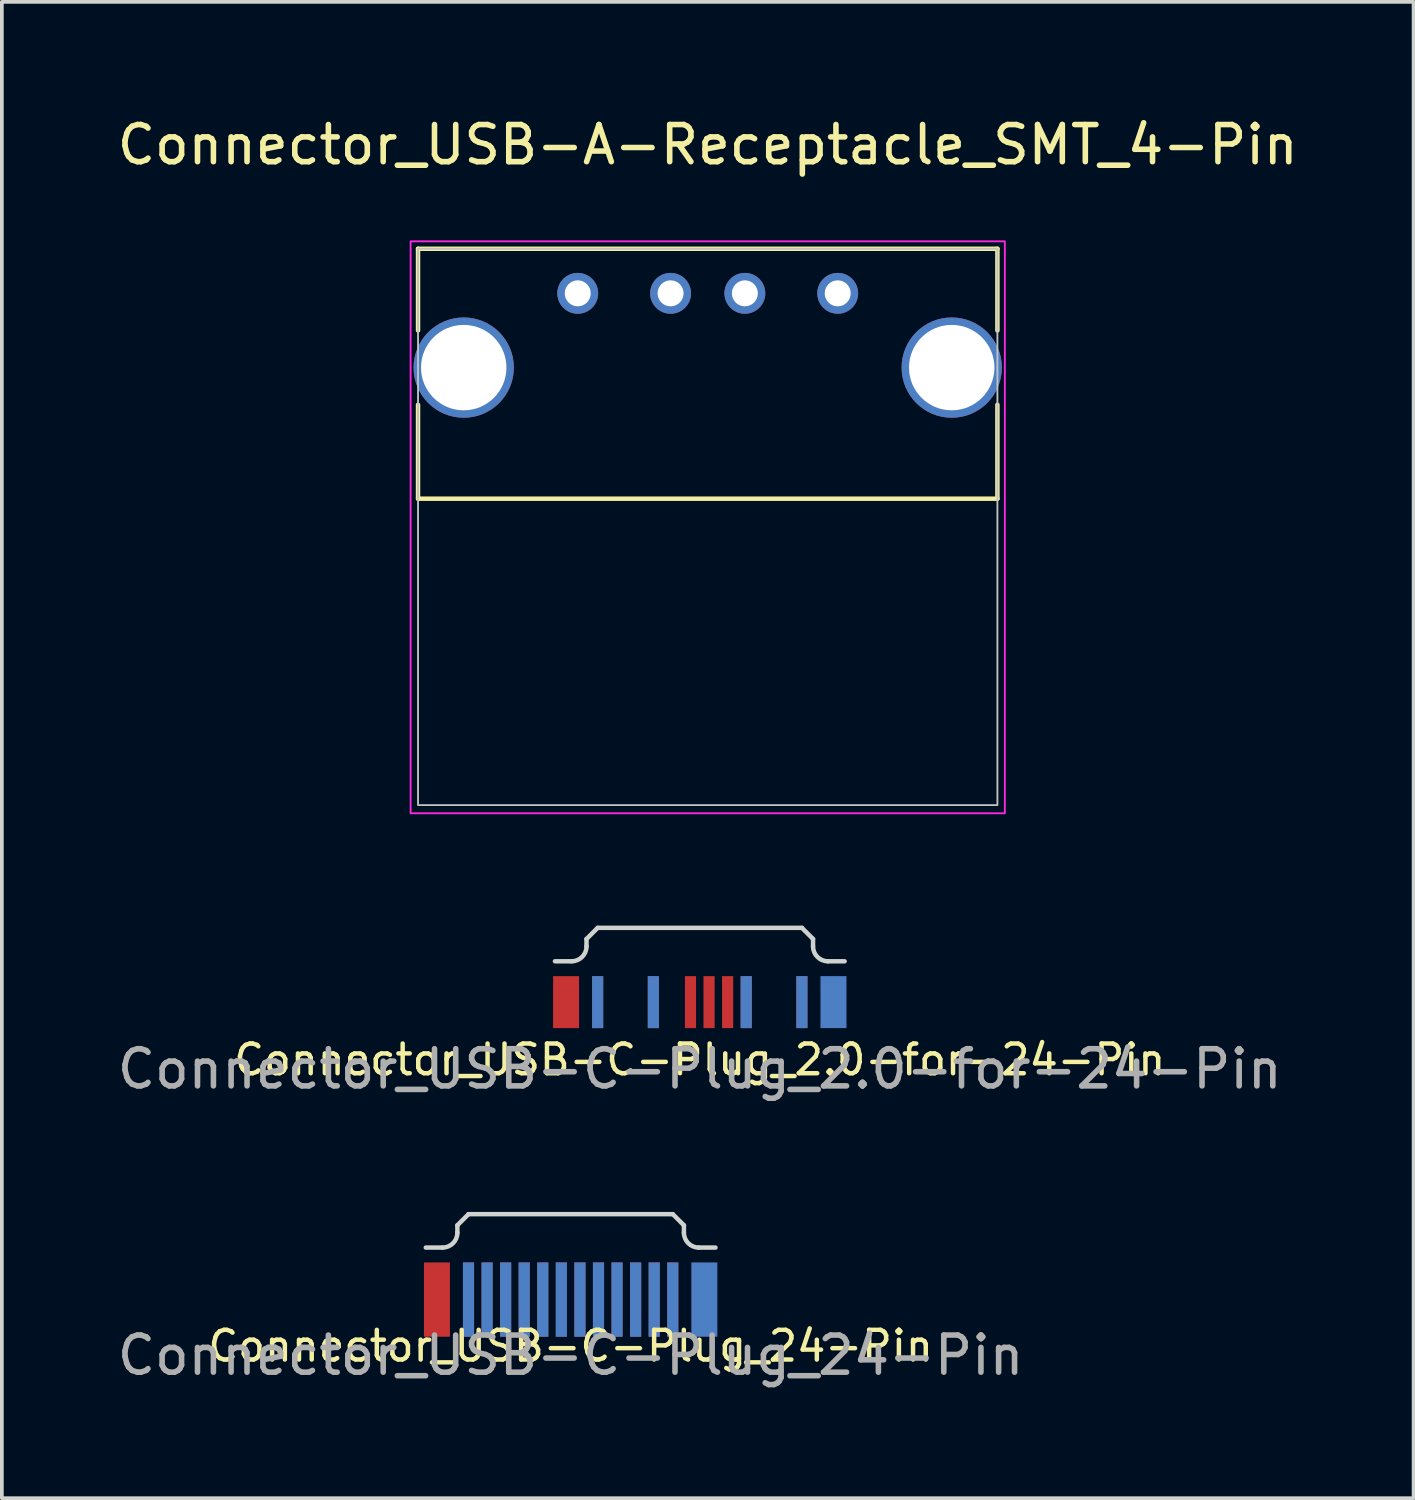
<source format=kicad_pcb>
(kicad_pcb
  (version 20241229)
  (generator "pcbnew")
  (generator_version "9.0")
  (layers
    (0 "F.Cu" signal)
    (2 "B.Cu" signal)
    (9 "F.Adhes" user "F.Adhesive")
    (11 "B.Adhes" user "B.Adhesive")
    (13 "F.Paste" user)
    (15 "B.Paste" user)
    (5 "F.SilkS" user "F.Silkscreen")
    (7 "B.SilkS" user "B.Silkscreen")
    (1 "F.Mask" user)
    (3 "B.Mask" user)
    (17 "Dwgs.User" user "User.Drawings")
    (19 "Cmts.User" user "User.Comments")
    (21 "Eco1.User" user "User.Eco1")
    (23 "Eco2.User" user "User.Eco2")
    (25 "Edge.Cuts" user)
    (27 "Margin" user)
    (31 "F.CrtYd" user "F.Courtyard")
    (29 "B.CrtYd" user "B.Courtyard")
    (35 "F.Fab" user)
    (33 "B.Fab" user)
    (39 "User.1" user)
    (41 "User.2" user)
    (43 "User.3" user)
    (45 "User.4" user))
  (footprint "Connector_USB-A-Receptacle_SMT_4-Pin"
    (layer "F.Cu")
    (at 16.006 4.848)
    (property "Reference" "Connector_USB-A-Receptacle_SMT_4-Pin" (at 0 -4 0) (unlocked yes) (layer "F.SilkS") (effects (font (size 1 1) (thickness 0.15))))
    (attr through_hole)
    (fp_line (start -7.8 -1.2) (end 7.8 -1.2) (stroke (width 0.12) (type default)) (layer "F.SilkS"))
    (fp_line (start -7.8 1) (end -7.8 -1.2) (stroke (width 0.12) (type default)) (layer "F.SilkS"))
    (fp_line (start -7.8 5.53) (end -7.8 3) (stroke (width 0.12) (type default)) (layer "F.SilkS"))
    (fp_line (start 7.8 -1.2) (end 7.8 1) (stroke (width 0.12) (type default)) (layer "F.SilkS"))
    (fp_line (start 7.8 3) (end 7.8 5.53) (stroke (width 0.12) (type default)) (layer "F.SilkS"))
    (fp_line (start 7.8 5.53) (end -7.8 5.53) (stroke (width 0.12) (type default)) (layer "F.SilkS"))
    (fp_rect (start -7.8 -1.2) (end 7.8 13.78) (stroke (width 0.05) (type default)) (fill no) (layer "Dwgs.User"))
    (fp_rect (start -8 -1.4) (end 8 14) (stroke (width 0.05) (type default)) (fill no) (layer "F.CrtYd"))
    (pad "1" thru_hole circle (at -3.5 0) (size 1.1 1.1) (drill 0.7) (layers "*.Cu" "*.Mask"))
    (pad "2" thru_hole circle (at -1 0) (size 1.1 1.1) (drill 0.7) (layers "*.Cu" "*.Mask"))
    (pad "3" thru_hole circle (at 1 0) (size 1.1 1.1) (drill 0.7) (layers "*.Cu" "*.Mask"))
    (pad "4" thru_hole circle (at 3.5 0) (size 1.1 1.1) (drill 0.7) (layers "*.Cu" "*.Mask"))
    (pad "5" thru_hole circle (at -6.57 2) (size 2.7 2.7) (drill 2.3) (layers "*.Cu" "*.Mask"))
    (pad "5" thru_hole circle (at 6.57 2) (size 2.7 2.7) (drill 2.3) (layers "*.Cu" "*.Mask")))
  (footprint "Connector_USB-C-Plug_24-Pin"
    (layer "F.Cu")
    (at 12.315 30.942)
    (property "Reference" "Connector_USB-C-Plug_24-Pin" (at 0 2.25 0) (unlocked yes) (layer "F.SilkS") (effects (font (size 0.8 0.8) (thickness 0.12))))
    (fp_line (start -3.9 -0.4) (end -3.45 -0.4) (stroke (width 0.12) (type default)) (layer "Edge.Cuts"))
    (fp_line (start -3.05 -1) (end -3.05 -0.8) (stroke (width 0.12) (type default)) (layer "Edge.Cuts"))
    (fp_line (start -2.75 -1.3) (end -3.05 -1) (stroke (width 0.12) (type default)) (layer "Edge.Cuts"))
    (fp_line (start -2.75 -1.3) (end 2.75 -1.3) (stroke (width 0.12) (type default)) (layer "Edge.Cuts"))
    (fp_line (start 2.75 -1.3) (end 3.05 -1) (stroke (width 0.12) (type default)) (layer "Edge.Cuts"))
    (fp_line (start 3.05 -1) (end 3.05 -0.8) (stroke (width 0.12) (type default)) (layer "Edge.Cuts"))
    (fp_line (start 3.9 -0.4) (end 3.45 -0.4) (stroke (width 0.12) (type default)) (layer "Edge.Cuts"))
    (fp_arc (start -3.05 -0.8) (mid -3.167157 -0.517157) (end -3.45 -0.4) (stroke (width 0.12) (type default)) (layer "Edge.Cuts"))
    (fp_arc (start 3.45 -0.4) (mid 3.167157 -0.517157) (end 3.05 -0.8) (stroke (width 0.12) (type default)) (layer "Edge.Cuts"))
    (fp_text user "${REFERENCE}" (at 0 2.5 0) (unlocked yes) (layer "F.Fab") (effects (font (size 1 1) (thickness 0.15))))
    (pad "" smd rect (at -3.6 1) (size 0.7 2) (layers "F.Cu" "F.Mask" "F.Paste"))
    (pad "" smd rect (at 3.6 1) (size 0.7 2) (layers "B.Cu" "B.Mask" "B.Paste"))
    (pad "A1" smd rect (at 2.75 1) (size 0.3 2) (layers "F.Cu" "F.Mask" "F.Paste"))
    (pad "A2" smd rect (at 2.25 1) (size 0.3 2) (layers "F.Cu" "F.Mask" "F.Paste"))
    (pad "A3" smd rect (at 1.75 1) (size 0.3 2) (layers "F.Cu" "F.Mask" "F.Paste"))
    (pad "A4" smd rect (at 1.25 1) (size 0.3 2) (layers "F.Cu" "F.Mask" "F.Paste"))
    (pad "A5" smd rect (at 0.75 1) (size 0.3 2) (layers "F.Cu" "F.Mask" "F.Paste"))
    (pad "A6" smd rect (at 0.25 1) (size 0.3 2) (layers "F.Cu" "F.Mask" "F.Paste"))
    (pad "A7" smd rect (at -0.25 1) (size 0.3 2) (layers "F.Cu" "F.Mask" "F.Paste"))
    (pad "A8" smd rect (at -0.75 1) (size 0.3 2) (layers "F.Cu" "F.Mask" "F.Paste"))
    (pad "A9" smd rect (at -1.25 1) (size 0.3 2) (layers "F.Cu" "F.Mask" "F.Paste"))
    (pad "A10" smd rect (at -1.75 1) (size 0.3 2) (layers "F.Cu" "F.Mask" "F.Paste"))
    (pad "A11" smd rect (at -2.25 1) (size 0.3 2) (layers "F.Cu" "F.Mask" "F.Paste"))
    (pad "A12" smd rect (at -2.75 1) (size 0.3 2) (layers "F.Cu" "F.Mask" "F.Paste"))
    (pad "B1" smd rect (at -2.75 1) (size 0.3 2) (layers "B.Cu" "B.Mask" "B.Paste"))
    (pad "B2" smd rect (at -2.25 1) (size 0.3 2) (layers "B.Cu" "B.Mask" "B.Paste"))
    (pad "B3" smd rect (at -1.75 1) (size 0.3 2) (layers "B.Cu" "B.Mask" "B.Paste"))
    (pad "B4" smd rect (at -1.25 1) (size 0.3 2) (layers "B.Cu" "B.Mask" "B.Paste"))
    (pad "B5" smd rect (at -0.75 1) (size 0.3 2) (layers "B.Cu" "B.Mask" "B.Paste"))
    (pad "B6" smd rect (at -0.25 1) (size 0.3 2) (layers "B.Cu" "B.Mask" "B.Paste"))
    (pad "B7" smd rect (at 0.25 1) (size 0.3 2) (layers "B.Cu" "B.Mask" "B.Paste"))
    (pad "B8" smd rect (at 0.75 1) (size 0.3 2) (layers "B.Cu" "B.Mask" "B.Paste"))
    (pad "B9" smd rect (at 1.25 1) (size 0.3 2) (layers "B.Cu" "B.Mask" "B.Paste"))
    (pad "B10" smd rect (at 1.75 1) (size 0.3 2) (layers "B.Cu" "B.Mask" "B.Paste"))
    (pad "B11" smd rect (at 2.25 1) (size 0.3 2) (layers "B.Cu" "B.Mask" "B.Paste"))
    (pad "B12" smd rect (at 2.75 1) (size 0.3 2) (layers "B.Cu" "B.Mask" "B.Paste")))
  (footprint "Connector_USB-C-Plug_2.0-for-24-Pin"
    (layer "F.Cu")
    (at 15.792 23.233)
    (property "Reference" "Connector_USB-C-Plug_2.0-for-24-Pin" (at 0 2.25 0) (unlocked yes) (layer "F.SilkS") (effects (font (size 0.8 0.8) (thickness 0.12))))
    (fp_line (start -3.9 -0.4) (end -3.45 -0.4) (stroke (width 0.12) (type default)) (layer "Edge.Cuts"))
    (fp_line (start -3.05 -1) (end -3.05 -0.8) (stroke (width 0.12) (type default)) (layer "Edge.Cuts"))
    (fp_line (start -2.75 -1.3) (end -3.05 -1) (stroke (width 0.12) (type default)) (layer "Edge.Cuts"))
    (fp_line (start -2.75 -1.3) (end 2.75 -1.3) (stroke (width 0.12) (type default)) (layer "Edge.Cuts"))
    (fp_line (start 2.75 -1.3) (end 3.05 -1) (stroke (width 0.12) (type default)) (layer "Edge.Cuts"))
    (fp_line (start 3.05 -1) (end 3.05 -0.8) (stroke (width 0.12) (type default)) (layer "Edge.Cuts"))
    (fp_line (start 3.9 -0.4) (end 3.45 -0.4) (stroke (width 0.12) (type default)) (layer "Edge.Cuts"))
    (fp_arc (start -3.05 -0.8) (mid -3.167157 -0.517157) (end -3.45 -0.4) (stroke (width 0.12) (type default)) (layer "Edge.Cuts"))
    (fp_arc (start 3.45 -0.4) (mid 3.167157 -0.517157) (end 3.05 -0.8) (stroke (width 0.12) (type default)) (layer "Edge.Cuts"))
    (fp_text user "${REFERENCE}" (at 0 2.5 0) (unlocked yes) (layer "F.Fab") (effects (font (size 1 1) (thickness 0.15))))
    (pad "" smd rect (at -3.6 0.7) (size 0.7 1.4) (layers "F.Cu" "F.Mask" "F.Paste"))
    (pad "" smd rect (at 3.6 0.7) (size 0.7 1.4) (layers "B.Cu" "B.Mask" "B.Paste"))
    (pad "A1" smd rect (at 2.75 0.7) (size 0.3 1.4) (layers "F.Cu" "F.Mask" "F.Paste"))
    (pad "A4" smd rect (at 1.25 0.7) (size 0.3 1.4) (layers "F.Cu" "F.Mask" "F.Paste"))
    (pad "A5" smd rect (at 0.75 0.7) (size 0.3 1.4) (layers "F.Cu" "F.Mask" "F.Paste"))
    (pad "A6" smd rect (at 0.25 0.7) (size 0.3 1.4) (layers "F.Cu" "F.Mask" "F.Paste"))
    (pad "A7" smd rect (at -0.25 0.7) (size 0.3 1.4) (layers "F.Cu" "F.Mask" "F.Paste"))
    (pad "A9" smd rect (at -1.25 0.7) (size 0.3 1.4) (layers "F.Cu" "F.Mask" "F.Paste"))
    (pad "A12" smd rect (at -2.75 0.7) (size 0.3 1.4) (layers "F.Cu" "F.Mask" "F.Paste"))
    (pad "B1" smd rect (at -2.75 0.7) (size 0.3 1.4) (layers "B.Cu" "B.Mask" "B.Paste"))
    (pad "B4" smd rect (at -1.25 0.7) (size 0.3 1.4) (layers "B.Cu" "B.Mask" "B.Paste"))
    (pad "B9" smd rect (at 1.25 0.7) (size 0.3 1.4) (layers "B.Cu" "B.Mask" "B.Paste"))
    (pad "B12" smd rect (at 2.75 0.7) (size 0.3 1.4) (layers "B.Cu" "B.Mask" "B.Paste")))
  (gr_rect
    (start -3 -3)
    (end 35.012 37.29)
    (stroke (width 0.1) (type default))
    (fill no)
    (layer "Edge.Cuts")))
</source>
